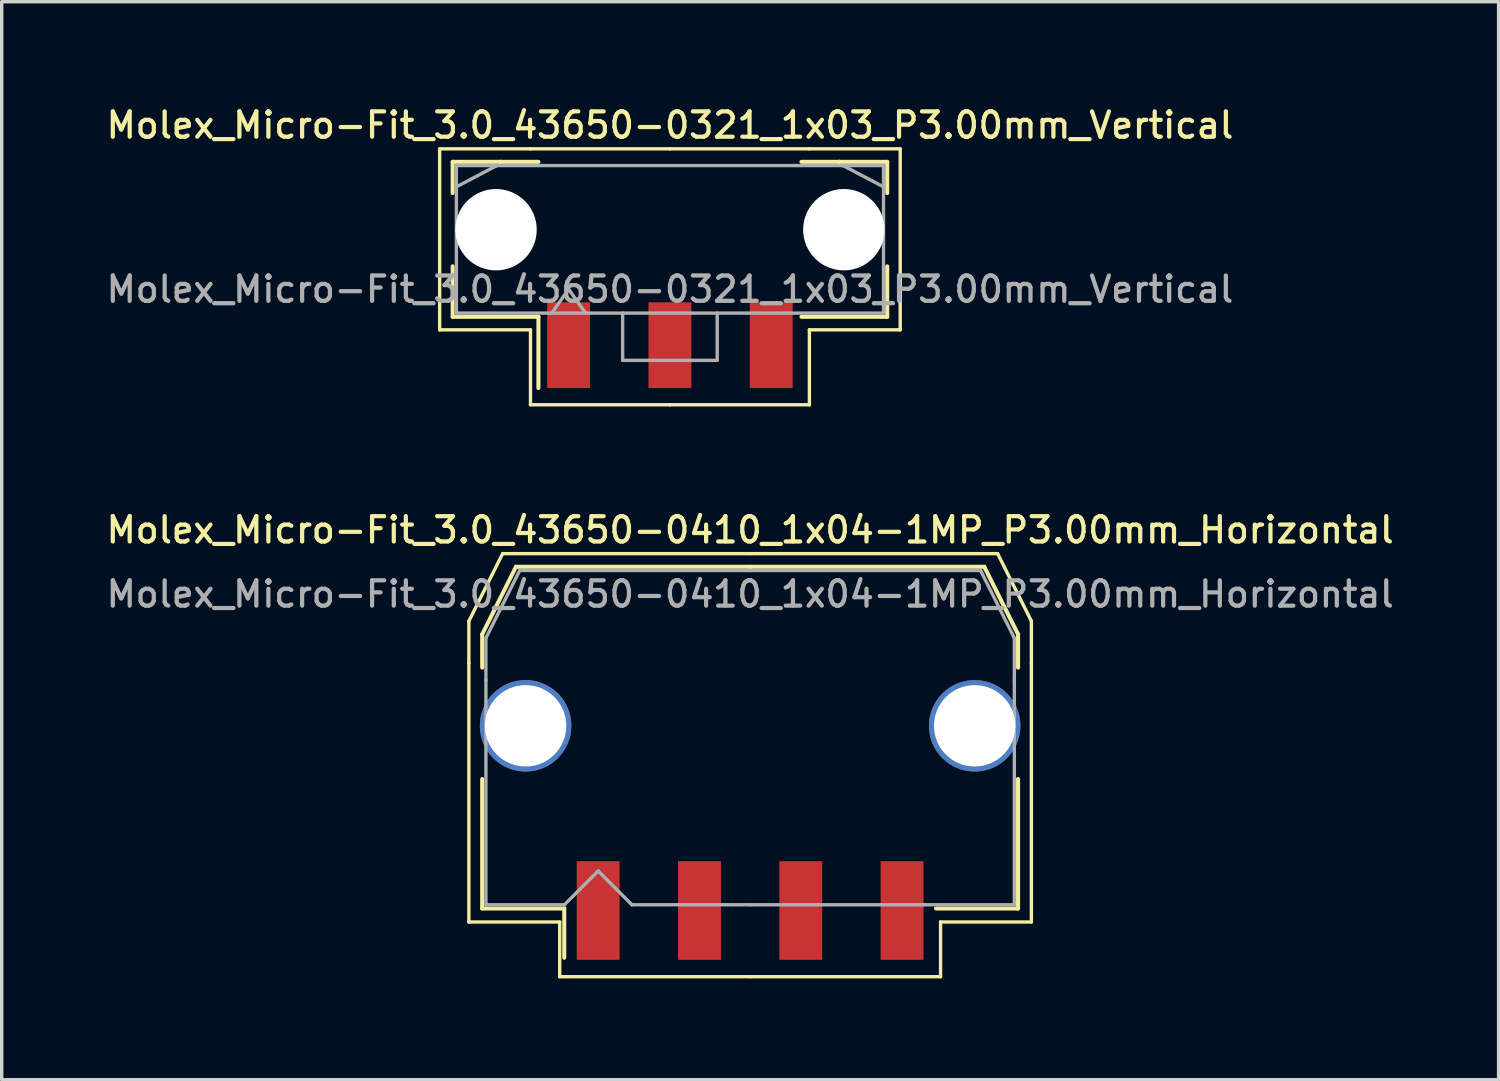
<source format=kicad_pcb>
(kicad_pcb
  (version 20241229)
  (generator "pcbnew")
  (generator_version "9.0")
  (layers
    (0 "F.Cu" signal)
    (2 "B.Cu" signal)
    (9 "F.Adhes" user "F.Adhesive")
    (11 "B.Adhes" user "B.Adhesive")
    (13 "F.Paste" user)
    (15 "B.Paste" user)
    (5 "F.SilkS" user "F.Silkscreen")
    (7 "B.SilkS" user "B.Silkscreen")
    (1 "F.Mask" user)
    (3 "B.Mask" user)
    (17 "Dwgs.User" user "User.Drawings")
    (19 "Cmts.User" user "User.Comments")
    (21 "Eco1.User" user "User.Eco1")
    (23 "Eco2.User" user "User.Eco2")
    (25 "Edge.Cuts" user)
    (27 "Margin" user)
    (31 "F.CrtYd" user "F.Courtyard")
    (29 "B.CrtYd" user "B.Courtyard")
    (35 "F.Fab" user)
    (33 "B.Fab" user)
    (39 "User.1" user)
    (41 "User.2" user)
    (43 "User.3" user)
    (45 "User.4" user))
  (footprint "Molex_Micro-Fit_3.0_43650-0410_1x04-1MP_P3.00mm_Horizontal"
    (layer "F.Cu")
    (at 19.166 18.796)
    (property "Reference" "Molex_Micro-Fit_3.0_43650-0410_1x04-1MP_P3.00mm_Horizontal" (at 0 -6.15 0) (layer "F.SilkS") (effects (font (size 0.75 0.75) (thickness 0.125))))
    (attr smd)
    (fp_line (start -8.33 -3.45) (end -8.33 -2.21) (stroke (width 0.1) (type solid)) (layer "F.SilkS"))
    (fp_line (start -8.33 -2.21) (end -8.33 5.46) (stroke (width 0.1) (type solid)) (layer "F.SilkS"))
    (fp_line (start -8.33 5.46) (end -5.64 5.46) (stroke (width 0.1) (type solid)) (layer "F.SilkS"))
    (fp_line (start -7.935 -3.06) (end -7.935 -2.075) (stroke (width 0.12) (type solid)) (layer "F.SilkS"))
    (fp_line (start -7.935 1.225) (end -7.935 5.06) (stroke (width 0.12) (type solid)) (layer "F.SilkS"))
    (fp_line (start -7.935 5.06) (end -5.505 5.06) (stroke (width 0.12) (type solid)) (layer "F.SilkS"))
    (fp_line (start -7.33 -5.45) (end -8.33 -3.45) (stroke (width 0.1) (type solid)) (layer "F.SilkS"))
    (fp_line (start -6.935 -5.06) (end -7.935 -3.06) (stroke (width 0.12) (type solid)) (layer "F.SilkS"))
    (fp_line (start -5.64 5.46) (end -5.64 7.08) (stroke (width 0.1) (type solid)) (layer "F.SilkS"))
    (fp_line (start -5.64 7.08) (end 0 7.08) (stroke (width 0.1) (type solid)) (layer "F.SilkS"))
    (fp_line (start -5.505 5.06) (end -5.505 6.52) (stroke (width 0.12) (type solid)) (layer "F.SilkS"))
    (fp_line (start 0 -5.45) (end -7.33 -5.45) (stroke (width 0.1) (type solid)) (layer "F.SilkS"))
    (fp_line (start 0 -5.45) (end 7.33 -5.45) (stroke (width 0.1) (type solid)) (layer "F.SilkS"))
    (fp_line (start 0 -5.06) (end -6.935 -5.06) (stroke (width 0.12) (type solid)) (layer "F.SilkS"))
    (fp_line (start 0 -5.06) (end 6.935 -5.06) (stroke (width 0.12) (type solid)) (layer "F.SilkS"))
    (fp_line (start 5.64 5.46) (end 5.64 7.08) (stroke (width 0.1) (type solid)) (layer "F.SilkS"))
    (fp_line (start 5.64 7.08) (end 0 7.08) (stroke (width 0.1) (type solid)) (layer "F.SilkS"))
    (fp_line (start 6.935 -5.06) (end 7.935 -3.06) (stroke (width 0.12) (type solid)) (layer "F.SilkS"))
    (fp_line (start 7.33 -5.45) (end 8.33 -3.45) (stroke (width 0.1) (type solid)) (layer "F.SilkS"))
    (fp_line (start 7.935 -3.06) (end 7.935 -2.075) (stroke (width 0.12) (type solid)) (layer "F.SilkS"))
    (fp_line (start 7.935 1.225) (end 7.935 5.06) (stroke (width 0.12) (type solid)) (layer "F.SilkS"))
    (fp_line (start 7.935 5.06) (end 5.505 5.06) (stroke (width 0.12) (type solid)) (layer "F.SilkS"))
    (fp_line (start 8.33 -3.45) (end 8.33 -2.21) (stroke (width 0.1) (type solid)) (layer "F.SilkS"))
    (fp_line (start 8.33 -2.21) (end 8.33 5.46) (stroke (width 0.1) (type solid)) (layer "F.SilkS"))
    (fp_line (start 8.33 5.46) (end 5.64 5.46) (stroke (width 0.1) (type solid)) (layer "F.SilkS"))
    (fp_line (start -7.825 -2.95) (end -7.825 -1.705) (stroke (width 0.1) (type solid)) (layer "F.Fab"))
    (fp_line (start -7.825 -1.705) (end -7.825 4.95) (stroke (width 0.1) (type solid)) (layer "F.Fab"))
    (fp_line (start -7.825 4.95) (end -5.5 4.95) (stroke (width 0.1) (type solid)) (layer "F.Fab"))
    (fp_line (start -6.825 -4.95) (end -7.825 -2.95) (stroke (width 0.1) (type solid)) (layer "F.Fab"))
    (fp_line (start -5.5 4.95) (end -4.5 3.95) (stroke (width 0.1) (type solid)) (layer "F.Fab"))
    (fp_line (start -4.5 3.95) (end -3.5 4.95) (stroke (width 0.1) (type solid)) (layer "F.Fab"))
    (fp_line (start -3.5 4.95) (end 0 4.95) (stroke (width 0.1) (type solid)) (layer "F.Fab"))
    (fp_line (start 0 -4.95) (end -6.825 -4.95) (stroke (width 0.1) (type solid)) (layer "F.Fab"))
    (fp_line (start 0 -4.95) (end 6.825 -4.95) (stroke (width 0.1) (type solid)) (layer "F.Fab"))
    (fp_line (start 5.135 4.95) (end 0 4.95) (stroke (width 0.1) (type solid)) (layer "F.Fab"))
    (fp_line (start 6.825 -4.95) (end 7.825 -2.95) (stroke (width 0.1) (type solid)) (layer "F.Fab"))
    (fp_line (start 7.825 -2.95) (end 7.825 -1.705) (stroke (width 0.1) (type solid)) (layer "F.Fab"))
    (fp_line (start 7.825 -1.705) (end 7.825 4.95) (stroke (width 0.1) (type solid)) (layer "F.Fab"))
    (fp_line (start 7.825 4.95) (end 5.135 4.95) (stroke (width 0.1) (type solid)) (layer "F.Fab"))
    (fp_text user "${REFERENCE}" (at 0 -4.25 0) (layer "F.Fab") (effects (font (size 0.75 0.75) (thickness 0.125))))
    (pad "1" smd rect (at -4.5 5.12) (size 1.27 2.92) (layers "F.Cu" "F.Mask" "F.Paste"))
    (pad "2" smd rect (at -1.5 5.12) (size 1.27 2.92) (layers "F.Cu" "F.Mask" "F.Paste"))
    (pad "3" smd rect (at 1.5 5.12) (size 1.27 2.92) (layers "F.Cu" "F.Mask" "F.Paste"))
    (pad "4" smd rect (at 4.5 5.12) (size 1.27 2.92) (layers "F.Cu" "F.Mask" "F.Paste"))
    (pad "MP" thru_hole circle (at -6.65 -0.35) (size 2.71 2.71) (drill 2.41) (property pad_prop_heatsink) (layers "*.Cu" "*.Mask"))
    (pad "MP" thru_hole circle (at 6.65 -0.35) (size 2.71 2.71) (drill 2.41) (property pad_prop_heatsink) (layers "*.Cu" "*.Mask")))
  (footprint "Molex_Micro-Fit_3.0_43650-0321_1x03_P3.00mm_Vertical"
    (layer "F.Cu")
    (at 16.791 4.038)
    (property "Reference" "Molex_Micro-Fit_3.0_43650-0321_1x03_P3.00mm_Vertical" (at 0 -3.38 0) (layer "F.SilkS") (effects (font (size 0.75 0.75) (thickness 0.125))))
    (attr smd)
    (fp_line (start -6.82 -2.68) (end -6.82 2.68) (stroke (width 0.1) (type solid)) (layer "F.SilkS"))
    (fp_line (start -6.82 2.68) (end -4.13 2.68) (stroke (width 0.1) (type solid)) (layer "F.SilkS"))
    (fp_line (start -6.435 -2.295) (end -5.015 -2.295) (stroke (width 0.12) (type solid)) (layer "F.SilkS"))
    (fp_line (start -6.435 -1.37) (end -6.435 -2.295) (stroke (width 0.12) (type solid)) (layer "F.SilkS"))
    (fp_line (start -6.435 0.8) (end -6.435 2.295) (stroke (width 0.12) (type solid)) (layer "F.SilkS"))
    (fp_line (start -6.435 2.295) (end -3.895 2.295) (stroke (width 0.12) (type solid)) (layer "F.SilkS"))
    (fp_line (start -5.015 -2.295) (end -5.015 -2.295) (stroke (width 0.12) (type solid)) (layer "F.SilkS"))
    (fp_line (start -5.015 -2.295) (end -3.895 -2.295) (stroke (width 0.12) (type solid)) (layer "F.SilkS"))
    (fp_line (start -4.13 -2.68) (end -6.82 -2.68) (stroke (width 0.1) (type solid)) (layer "F.SilkS"))
    (fp_line (start -4.13 2.68) (end -4.13 4.9) (stroke (width 0.1) (type solid)) (layer "F.SilkS"))
    (fp_line (start -4.13 4.9) (end 0 4.9) (stroke (width 0.1) (type solid)) (layer "F.SilkS"))
    (fp_line (start -3.895 2.295) (end -3.895 4.405) (stroke (width 0.12) (type solid)) (layer "F.SilkS"))
    (fp_line (start 0 -2.68) (end -4.13 -2.68) (stroke (width 0.1) (type solid)) (layer "F.SilkS"))
    (fp_line (start 0 -2.68) (end 4.13 -2.68) (stroke (width 0.1) (type solid)) (layer "F.SilkS"))
    (fp_line (start 4.13 -2.68) (end 6.82 -2.68) (stroke (width 0.1) (type solid)) (layer "F.SilkS"))
    (fp_line (start 4.13 2.68) (end 4.13 4.9) (stroke (width 0.1) (type solid)) (layer "F.SilkS"))
    (fp_line (start 4.13 4.9) (end 0 4.9) (stroke (width 0.1) (type solid)) (layer "F.SilkS"))
    (fp_line (start 5.015 -2.295) (end 3.895 -2.295) (stroke (width 0.12) (type solid)) (layer "F.SilkS"))
    (fp_line (start 5.015 -2.295) (end 5.015 -2.295) (stroke (width 0.12) (type solid)) (layer "F.SilkS"))
    (fp_line (start 6.435 -2.295) (end 5.015 -2.295) (stroke (width 0.12) (type solid)) (layer "F.SilkS"))
    (fp_line (start 6.435 -1.37) (end 6.435 -2.295) (stroke (width 0.12) (type solid)) (layer "F.SilkS"))
    (fp_line (start 6.435 0.8) (end 6.435 2.295) (stroke (width 0.12) (type solid)) (layer "F.SilkS"))
    (fp_line (start 6.435 2.295) (end 3.895 2.295) (stroke (width 0.12) (type solid)) (layer "F.SilkS"))
    (fp_line (start 6.82 -2.68) (end 6.82 2.68) (stroke (width 0.1) (type solid)) (layer "F.SilkS"))
    (fp_line (start 6.82 2.68) (end 4.13 2.68) (stroke (width 0.1) (type solid)) (layer "F.SilkS"))
    (fp_line (start -6.325 -2.185) (end -6.325 2.185) (stroke (width 0.1) (type solid)) (layer "F.Fab"))
    (fp_line (start -6.325 -1.555) (end -5.125 -2.185) (stroke (width 0.1) (type solid)) (layer "F.Fab"))
    (fp_line (start -6.325 2.185) (end 6.325 2.185) (stroke (width 0.1) (type solid)) (layer "F.Fab"))
    (fp_line (start -5.125 -2.185) (end -6.325 -2.185) (stroke (width 0.1) (type solid)) (layer "F.Fab"))
    (fp_line (start -5.125 -2.185) (end -5.125 -2.185) (stroke (width 0.1) (type solid)) (layer "F.Fab"))
    (fp_line (start -3.5 2.185) (end -3 1.478) (stroke (width 0.1) (type solid)) (layer "F.Fab"))
    (fp_line (start -3 1.478) (end -2.5 2.185) (stroke (width 0.1) (type solid)) (layer "F.Fab"))
    (fp_line (start -1.4 2.185) (end -1.4 3.585) (stroke (width 0.1) (type solid)) (layer "F.Fab"))
    (fp_line (start -1.4 3.585) (end 1.4 3.585) (stroke (width 0.1) (type solid)) (layer "F.Fab"))
    (fp_line (start 1.4 3.585) (end 1.4 2.185) (stroke (width 0.1) (type solid)) (layer "F.Fab"))
    (fp_line (start 5.125 -2.185) (end -5.125 -2.185) (stroke (width 0.1) (type solid)) (layer "F.Fab"))
    (fp_line (start 5.125 -2.185) (end 5.125 -2.185) (stroke (width 0.1) (type solid)) (layer "F.Fab"))
    (fp_line (start 6.325 -2.185) (end 5.125 -2.185) (stroke (width 0.1) (type solid)) (layer "F.Fab"))
    (fp_line (start 6.325 -1.555) (end 5.125 -2.185) (stroke (width 0.1) (type solid)) (layer "F.Fab"))
    (fp_line (start 6.325 2.185) (end 6.325 -2.185) (stroke (width 0.1) (type solid)) (layer "F.Fab"))
    (fp_text user "${REFERENCE}" (at 0 1.48 0) (layer "F.Fab") (effects (font (size 0.75 0.75) (thickness 0.125))))
    (pad "" np_thru_hole circle (at -5.15 -0.285) (size 2.41 2.41) (drill 2.41) (layers "*.Cu" "*.Mask"))
    (pad "" np_thru_hole circle (at 5.15 -0.285) (size 2.41 2.41) (drill 2.41) (layers "*.Cu" "*.Mask"))
    (pad "1" smd rect (at -3 3.135) (size 1.27 2.54) (layers "F.Cu" "F.Mask" "F.Paste"))
    (pad "2" smd rect (at 0 3.135) (size 1.27 2.54) (layers "F.Cu" "F.Mask" "F.Paste"))
    (pad "3" smd rect (at 3 3.135) (size 1.27 2.54) (layers "F.Cu" "F.Mask" "F.Paste")))
  (gr_rect
    (start -3 -3)
    (end 41.332 28.926)
    (stroke (width 0.1) (type default))
    (fill no)
    (layer "Edge.Cuts")))
</source>
